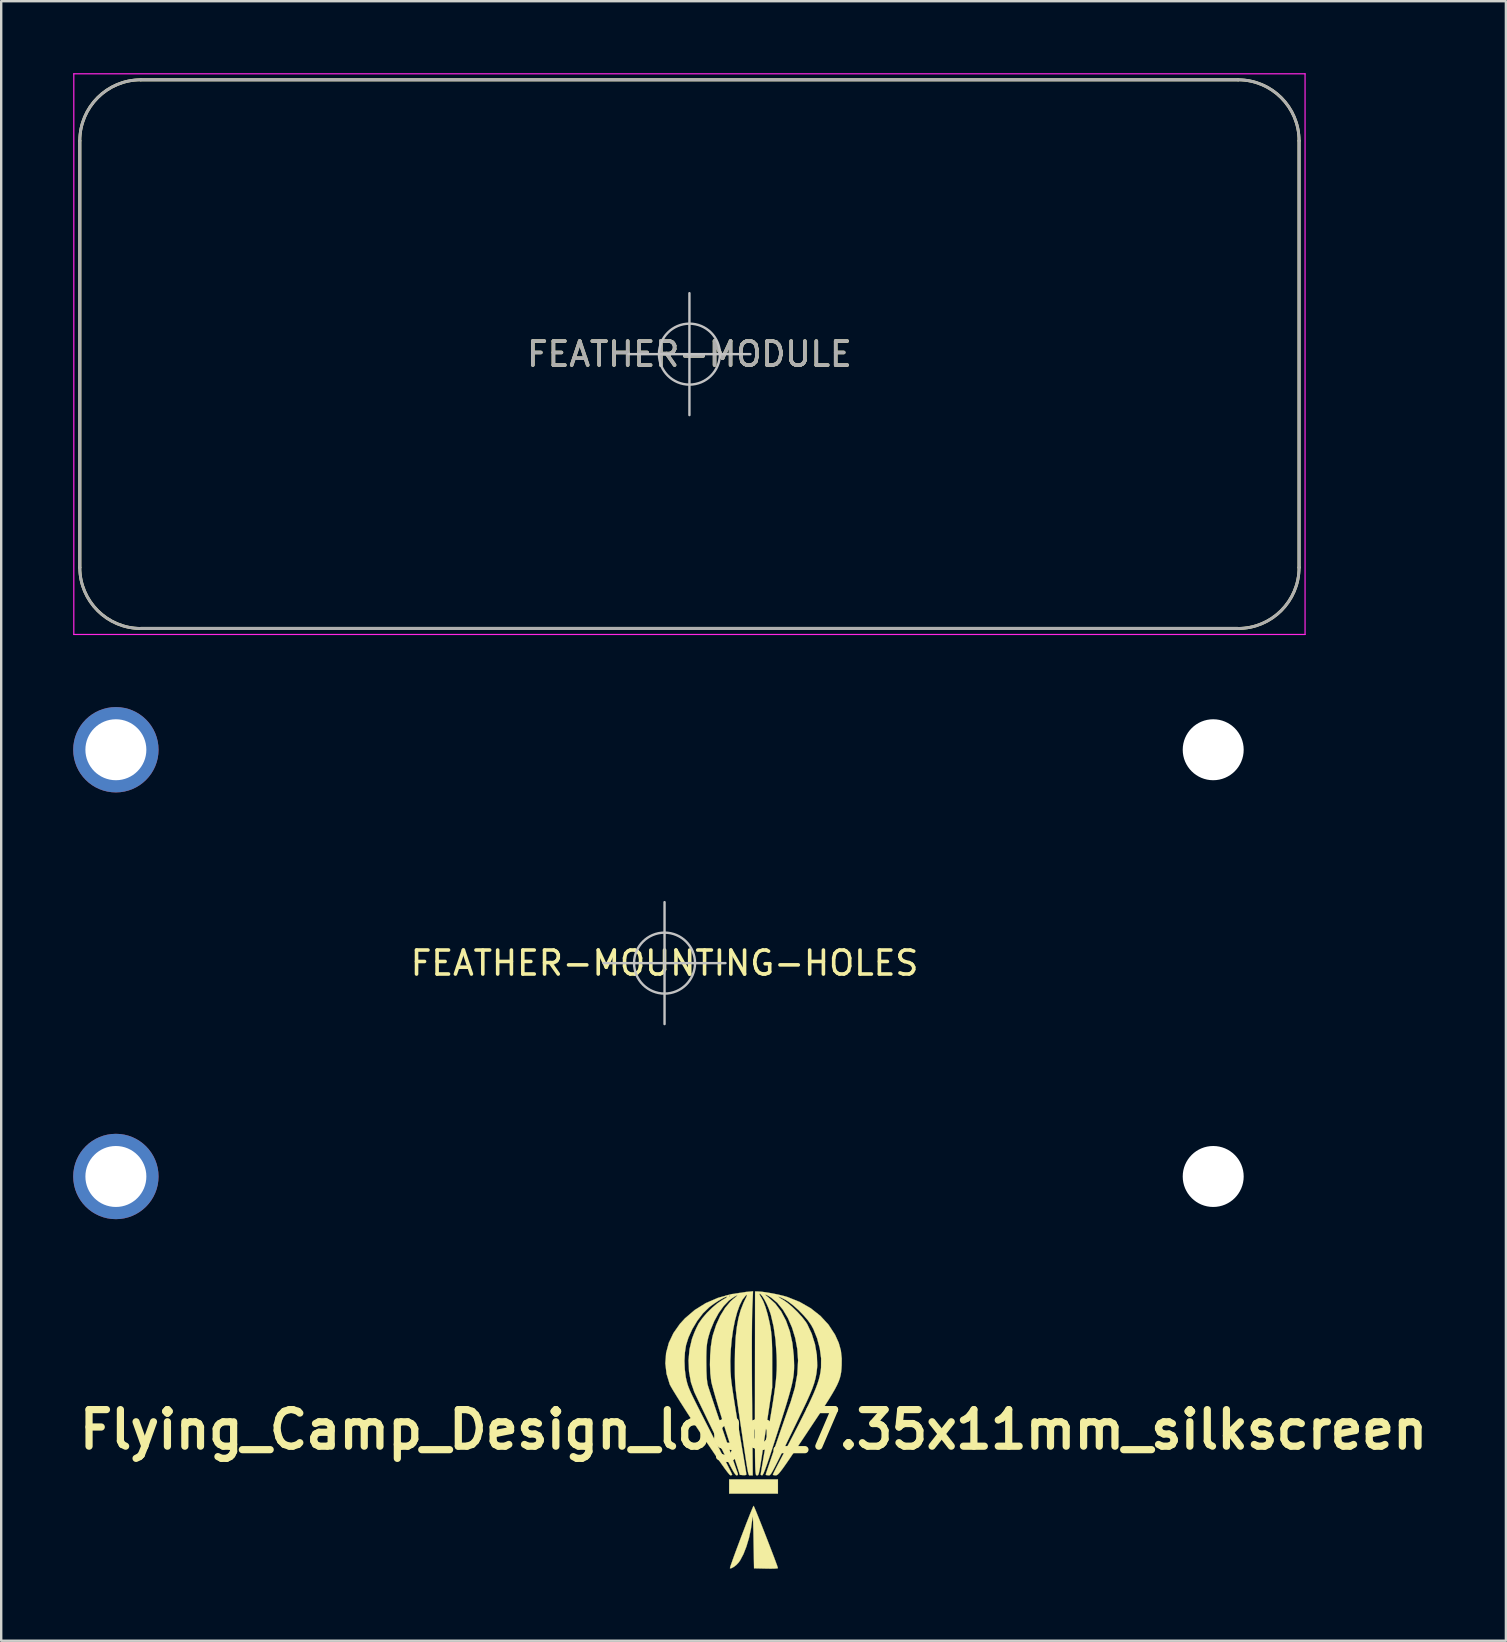
<source format=kicad_pcb>
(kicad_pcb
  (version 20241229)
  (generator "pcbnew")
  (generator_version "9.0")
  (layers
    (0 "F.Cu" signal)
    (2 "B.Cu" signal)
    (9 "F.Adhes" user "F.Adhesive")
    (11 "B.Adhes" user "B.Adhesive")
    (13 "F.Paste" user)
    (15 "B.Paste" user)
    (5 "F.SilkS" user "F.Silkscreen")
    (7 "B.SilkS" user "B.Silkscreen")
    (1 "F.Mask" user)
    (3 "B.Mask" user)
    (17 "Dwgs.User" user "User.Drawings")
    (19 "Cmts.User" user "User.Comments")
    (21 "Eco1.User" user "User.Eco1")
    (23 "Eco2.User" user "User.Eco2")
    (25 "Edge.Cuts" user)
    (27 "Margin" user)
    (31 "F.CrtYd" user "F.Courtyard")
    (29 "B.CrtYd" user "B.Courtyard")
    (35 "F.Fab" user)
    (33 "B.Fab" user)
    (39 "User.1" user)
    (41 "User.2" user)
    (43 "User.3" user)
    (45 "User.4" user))
  (footprint "FEATHER-MOUNTING-HOLES"
    (layer "F.Cu")
    (at 24.638 37.078)
    (property "Reference" "FEATHER-MOUNTING-HOLES" (at 0 0 0) (layer "F.SilkS") (effects (font (size 1 1) (thickness 0.15))))
    (attr exclude_from_pos_files exclude_from_bom)
    (fp_line (start -2.54 0) (end 2.54 0) (stroke (width 0.1) (type solid)) (layer "Dwgs.User"))
    (fp_line (start 0 -2.54) (end 0 2.54) (stroke (width 0.1) (type solid)) (layer "Dwgs.User"))
    (fp_circle (center 0 0) (end 1.27 0) (stroke (width 0.1) (type solid)) (fill no) (layer "Dwgs.User"))
    (pad "" np_thru_hole circle (at 22.86 -8.89) (size 2.54 2.54) (drill 2.54) (layers "*.Cu" "*.Mask"))
    (pad "" np_thru_hole circle (at 22.86 8.89) (size 2.54 2.54) (drill 2.54) (layers "*.Cu" "*.Mask"))
    (pad "MH1" thru_hole circle (at -22.86 8.89) (size 3.556 3.556) (drill 2.54) (layers "*.Cu" "*.Mask"))
    (pad "MH2" thru_hole circle (at -22.86 -8.89) (size 3.556 3.556) (drill 2.54) (layers "*.Cu" "*.Mask")))
  (footprint "FEATHER-MODULE"
    (layer "F.Cu")
    (at 25.675 11.705)
    (property "Reference" "FEATHER-MODULE" (at 0 0 0) (layer "F.SilkS") (effects (font (size 1 1) (thickness 0.15))))
    (attr through_hole)
    (fp_line (start -25.4 8.89) (end -25.4 -8.89) (stroke (width 0.127) (type solid)) (layer "F.SilkS"))
    (fp_line (start -22.86 -11.43) (end 22.86 -11.43) (stroke (width 0.127) (type solid)) (layer "F.SilkS"))
    (fp_line (start 22.86 11.43) (end -22.86 11.43) (stroke (width 0.127) (type solid)) (layer "F.SilkS"))
    (fp_line (start 25.4 -8.89) (end 25.4 8.89) (stroke (width 0.127) (type solid)) (layer "F.SilkS"))
    (fp_arc (start -25.4 -8.89) (mid -24.656051 -10.686051) (end -22.86 -11.43) (stroke (width 0.12) (type solid)) (layer "F.SilkS"))
    (fp_arc (start -22.86 11.43) (mid -24.656051 10.686051) (end -25.4 8.89) (stroke (width 0.12) (type solid)) (layer "F.SilkS"))
    (fp_arc (start 22.86 -11.43) (mid 24.656051 -10.686051) (end 25.4 -8.89) (stroke (width 0.12) (type solid)) (layer "F.SilkS"))
    (fp_arc (start 25.4 8.89) (mid 24.656051 10.686051) (end 22.86 11.43) (stroke (width 0.12) (type solid)) (layer "F.SilkS"))
    (fp_line (start -2.54 0) (end 2.54 0) (stroke (width 0.1) (type solid)) (layer "Dwgs.User"))
    (fp_line (start 0 -2.54) (end 0 2.54) (stroke (width 0.1) (type solid)) (layer "Dwgs.User"))
    (fp_circle (center 0 0) (end 1.27 0) (stroke (width 0.1) (type solid)) (fill no) (layer "Dwgs.User"))
    (fp_line (start -25.65 -11.68) (end 25.65 -11.68) (stroke (width 0.05) (type solid)) (layer "F.CrtYd"))
    (fp_line (start -25.65 11.68) (end -25.65 -11.68) (stroke (width 0.05) (type solid)) (layer "F.CrtYd"))
    (fp_line (start 25.65 -11.68) (end 25.65 11.68) (stroke (width 0.05) (type solid)) (layer "F.CrtYd"))
    (fp_line (start 25.65 11.68) (end -25.65 11.68) (stroke (width 0.05) (type solid)) (layer "F.CrtYd"))
    (fp_line (start -25.4 8.89) (end -25.4 -8.89) (stroke (width 0.127) (type solid)) (layer "F.Fab"))
    (fp_line (start -22.86 -11.43) (end 22.86 -11.43) (stroke (width 0.127) (type solid)) (layer "F.Fab"))
    (fp_line (start 22.86 11.43) (end -22.86 11.43) (stroke (width 0.127) (type solid)) (layer "F.Fab"))
    (fp_line (start 25.4 -8.89) (end 25.4 8.89) (stroke (width 0.127) (type solid)) (layer "F.Fab"))
    (fp_arc (start -25.4 -8.89) (mid -24.656051 -10.686051) (end -22.86 -11.43) (stroke (width 0.12) (type solid)) (layer "F.Fab"))
    (fp_arc (start -22.86 11.43) (mid -24.656051 10.686051) (end -25.4 8.89) (stroke (width 0.12) (type solid)) (layer "F.Fab"))
    (fp_arc (start 22.86 -11.43) (mid 24.656051 -10.686051) (end 25.4 -8.89) (stroke (width 0.12) (type solid)) (layer "F.Fab"))
    (fp_arc (start 25.4 8.89) (mid 24.656051 10.686051) (end 22.86 11.43) (stroke (width 0.12) (type solid)) (layer "F.Fab"))
    (fp_text user "${REFERENCE}" (at 0 0 0) (layer "F.Fab") (effects (font (size 1 1) (thickness 0.15)))))
  (footprint "Flying_Camp_Design_logo_7.35x11mm_silkscreen"
    (layer "F.Cu")
    (at 28.346 56.515)
    (property "Reference" "Flying_Camp_Design_logo_7.35x11mm_silkscreen" (at 0 0 0) (layer "F.SilkS") (effects (font (size 1.524 1.524) (thickness 0.3))))
    (attr exclude_from_pos_files exclude_from_bom)
    (fp_poly (pts (xy 1.016 2.667) (xy -1.016 2.667) (xy -1.016 2.074) (xy 1.016 2.074) (xy 1.016 2.667)) (stroke (width 0.01) (type solid)) (fill yes) (layer "F.SilkS"))
    (fp_poly (pts (xy 0.023 3.213) (xy 0.068 3.318) (xy 0.135 3.48) (xy 0.219 3.688) (xy 0.315 3.929) (xy 0.419 4.193) (xy 0.527 4.469) (xy 0.634 4.745) (xy 0.736 5.01) (xy 0.829 5.252) (xy 0.907 5.461) (xy 0.968 5.625) (xy 1.005 5.732) (xy 1.016 5.771) (xy 0.976 5.782) (xy 0.869 5.79) (xy 0.71 5.793) (xy 0.519 5.79) (xy 0.021 5.779) (xy 0 4.593) (xy -0.006 4.253) (xy -0.013 3.992) (xy -0.018 3.805) (xy -0.025 3.687) (xy -0.032 3.633) (xy -0.039 3.636) (xy -0.049 3.693) (xy -0.057 3.766) (xy -0.11 4.145) (xy -0.192 4.52) (xy -0.298 4.873) (xy -0.42 5.186) (xy -0.555 5.442) (xy -0.618 5.533) (xy -0.706 5.628) (xy -0.809 5.711) (xy -0.906 5.767) (xy -0.973 5.782) (xy -0.983 5.776) (xy -0.974 5.733) (xy -0.938 5.622) (xy -0.88 5.456) (xy -0.804 5.245) (xy -0.714 5.001) (xy -0.614 4.734) (xy -0.51 4.457) (xy -0.404 4.181) (xy -0.303 3.917) (xy -0.208 3.676) (xy -0.127 3.47) (xy -0.061 3.311) (xy -0.016 3.208) (xy 0.003 3.175) (xy 0.023 3.213)) (stroke (width 0.01) (type solid)) (fill yes) (layer "F.SilkS"))
    (fp_poly (pts (xy -0.054 -4.988) (xy -0.059 -4.814) (xy -0.063 -4.564) (xy -0.066 -4.248) (xy -0.069 -3.874) (xy -0.07 -3.453) (xy -0.069 -2.992) (xy -0.068 -2.501) (xy -0.066 -1.99) (xy -0.063 -1.466) (xy -0.06 -1.154) (xy -0.033 1.905) (xy -0.122 1.905) (xy -0.145 1.907) (xy -0.164 1.908) (xy -0.181 1.902) (xy -0.197 1.88) (xy -0.213 1.838) (xy -0.231 1.766) (xy -0.252 1.659) (xy -0.278 1.509) (xy -0.31 1.309) (xy -0.349 1.053) (xy -0.397 0.734) (xy -0.455 0.343) (xy -0.515 -0.064) (xy -0.58 -0.496) (xy -0.633 -0.857) (xy -0.675 -1.156) (xy -0.709 -1.406) (xy -0.735 -1.618) (xy -0.753 -1.803) (xy -0.766 -1.973) (xy -0.774 -2.139) (xy -0.778 -2.313) (xy -0.78 -2.505) (xy -0.78 -2.728) (xy -0.78 -2.794) (xy -0.771 -3.356) (xy -0.744 -3.845) (xy -0.697 -4.271) (xy -0.628 -4.645) (xy -0.537 -4.977) (xy -0.42 -5.277) (xy -0.381 -5.361) (xy -0.309 -5.51) (xy -0.274 -5.593) (xy -0.272 -5.621) (xy -0.302 -5.603) (xy -0.333 -5.576) (xy -0.461 -5.415) (xy -0.579 -5.18) (xy -0.685 -4.884) (xy -0.777 -4.537) (xy -0.853 -4.151) (xy -0.911 -3.736) (xy -0.95 -3.305) (xy -0.967 -2.869) (xy -0.96 -2.437) (xy -0.937 -2.112) (xy -0.919 -1.96) (xy -0.888 -1.737) (xy -0.846 -1.456) (xy -0.795 -1.128) (xy -0.737 -0.765) (xy -0.674 -0.381) (xy -0.608 0.013) (xy -0.592 0.104) (xy -0.529 0.476) (xy -0.47 0.823) (xy -0.417 1.135) (xy -0.372 1.403) (xy -0.336 1.619) (xy -0.311 1.773) (xy -0.298 1.857) (xy -0.296 1.87) (xy -0.333 1.894) (xy -0.422 1.898) (xy -0.432 1.897) (xy -0.569 1.884) (xy -1.132 0.127) (xy -1.254 -0.258) (xy -1.37 -0.632) (xy -1.477 -0.984) (xy -1.572 -1.303) (xy -1.651 -1.58) (xy -1.712 -1.802) (xy -1.752 -1.96) (xy -1.762 -2.011) (xy -1.801 -2.334) (xy -1.816 -2.704) (xy -1.808 -3.091) (xy -1.778 -3.466) (xy -1.727 -3.801) (xy -1.696 -3.937) (xy -1.56 -4.357) (xy -1.387 -4.741) (xy -1.183 -5.074) (xy -0.957 -5.344) (xy -0.85 -5.44) (xy -0.731 -5.538) (xy -0.677 -5.588) (xy -0.684 -5.595) (xy -0.751 -5.563) (xy -0.799 -5.538) (xy -1.026 -5.378) (xy -1.247 -5.146) (xy -1.454 -4.856) (xy -1.638 -4.521) (xy -1.791 -4.153) (xy -1.871 -3.895) (xy -1.909 -3.744) (xy -1.935 -3.603) (xy -1.953 -3.45) (xy -1.963 -3.267) (xy -1.968 -3.034) (xy -1.968 -2.815) (xy -1.963 -2.44) (xy -1.949 -2.145) (xy -1.924 -1.932) (xy -1.909 -1.863) (xy -1.887 -1.788) (xy -1.84 -1.644) (xy -1.773 -1.44) (xy -1.689 -1.188) (xy -1.592 -0.897) (xy -1.484 -0.579) (xy -1.371 -0.243) (xy -1.254 0.101) (xy -1.138 0.441) (xy -1.026 0.768) (xy -0.922 1.07) (xy -0.829 1.338) (xy -0.751 1.562) (xy -0.692 1.73) (xy -0.655 1.831) (xy -0.652 1.89) (xy -0.708 1.905) (xy -0.735 1.892) (xy -0.773 1.847) (xy -0.827 1.766) (xy -0.897 1.643) (xy -0.989 1.471) (xy -1.105 1.245) (xy -1.248 0.958) (xy -1.422 0.605) (xy -1.578 0.284) (xy -1.75 -0.069) (xy -1.914 -0.407) (xy -2.065 -0.721) (xy -2.2 -0.999) (xy -2.312 -1.234) (xy -2.399 -1.417) (xy -2.455 -1.536) (xy -2.47 -1.568) (xy -2.609 -1.975) (xy -2.689 -2.422) (xy -2.709 -2.886) (xy -2.668 -3.345) (xy -2.566 -3.776) (xy -2.551 -3.821) (xy -2.474 -4.023) (xy -2.385 -4.229) (xy -2.299 -4.401) (xy -2.28 -4.434) (xy -2.135 -4.641) (xy -1.943 -4.864) (xy -1.724 -5.079) (xy -1.503 -5.265) (xy -1.3 -5.401) (xy -1.29 -5.407) (xy -1.174 -5.474) (xy -1.107 -5.523) (xy -1.1 -5.544) (xy -1.103 -5.545) (xy -1.18 -5.522) (xy -1.305 -5.459) (xy -1.46 -5.369) (xy -1.626 -5.261) (xy -1.783 -5.149) (xy -1.855 -5.092) (xy -2.106 -4.846) (xy -2.342 -4.538) (xy -2.55 -4.192) (xy -2.714 -3.831) (xy -2.813 -3.514) (xy -2.86 -3.211) (xy -2.878 -2.865) (xy -2.864 -2.509) (xy -2.822 -2.179) (xy -2.793 -2.051) (xy -2.773 -1.971) (xy -2.753 -1.898) (xy -2.729 -1.825) (xy -2.7 -1.746) (xy -2.661 -1.652) (xy -2.61 -1.537) (xy -2.543 -1.395) (xy -2.456 -1.219) (xy -2.347 -1.001) (xy -2.212 -0.735) (xy -2.048 -0.413) (xy -1.852 -0.029) (xy -1.639 0.386) (xy -1.473 0.711) (xy -1.32 1.012) (xy -1.183 1.282) (xy -1.068 1.511) (xy -0.978 1.692) (xy -0.917 1.815) (xy -0.89 1.874) (xy -0.889 1.878) (xy -0.924 1.9) (xy -0.963 1.904) (xy -1.004 1.87) (xy -1.087 1.77) (xy -1.212 1.603) (xy -1.379 1.367) (xy -1.589 1.062) (xy -1.843 0.687) (xy -2.142 0.242) (xy -2.214 0.133) (xy -2.449 -0.223) (xy -2.673 -0.564) (xy -2.879 -0.884) (xy -3.065 -1.175) (xy -3.223 -1.428) (xy -3.35 -1.635) (xy -3.44 -1.789) (xy -3.489 -1.881) (xy -3.492 -1.888) (xy -3.625 -2.325) (xy -3.675 -2.762) (xy -3.643 -3.194) (xy -3.53 -3.616) (xy -3.338 -4.022) (xy -3.066 -4.408) (xy -2.858 -4.636) (xy -2.448 -4.987) (xy -1.989 -5.272) (xy -1.48 -5.491) (xy -1.206 -5.567) (xy -1.016 -5.567) (xy -0.995 -5.546) (xy -0.974 -5.567) (xy -0.995 -5.588) (xy -1.016 -5.567) (xy -1.206 -5.567) (xy -0.918 -5.646) (xy -0.318 -5.736) (xy -0.021 -5.764) (xy -0.054 -4.988)) (stroke (width 0.01) (type solid)) (fill yes) (layer "F.SilkS"))
    (fp_poly (pts (xy 0.169 -5.757) (xy 0.329 -5.746) (xy 0.545 -5.717) (xy 0.79 -5.675) (xy 1.038 -5.624) (xy 1.264 -5.569) (xy 1.409 -5.527) (xy 1.924 -5.32) (xy 2.385 -5.056) (xy 2.786 -4.739) (xy 3.123 -4.374) (xy 3.391 -3.963) (xy 3.404 -3.938) (xy 3.55 -3.614) (xy 3.638 -3.301) (xy 3.675 -2.966) (xy 3.672 -2.688) (xy 3.664 -2.54) (xy 3.651 -2.406) (xy 3.63 -2.279) (xy 3.597 -2.151) (xy 3.55 -2.015) (xy 3.483 -1.864) (xy 3.394 -1.692) (xy 3.278 -1.491) (xy 3.133 -1.253) (xy 2.954 -0.973) (xy 2.739 -0.642) (xy 2.482 -0.255) (xy 2.236 0.116) (xy 1.967 0.519) (xy 1.742 0.856) (xy 1.554 1.134) (xy 1.401 1.359) (xy 1.278 1.535) (xy 1.181 1.669) (xy 1.105 1.767) (xy 1.047 1.834) (xy 1.002 1.875) (xy 0.966 1.897) (xy 0.936 1.904) (xy 0.925 1.905) (xy 0.838 1.897) (xy 0.804 1.879) (xy 0.823 1.833) (xy 0.874 1.728) (xy 0.951 1.576) (xy 1.045 1.394) (xy 1.074 1.339) (xy 1.377 0.759) (xy 1.643 0.248) (xy 1.873 -0.2) (xy 2.071 -0.591) (xy 2.239 -0.932) (xy 2.379 -1.227) (xy 2.494 -1.482) (xy 2.587 -1.705) (xy 2.66 -1.899) (xy 2.716 -2.072) (xy 2.757 -2.229) (xy 2.786 -2.375) (xy 2.806 -2.518) (xy 2.813 -2.582) (xy 2.816 -2.972) (xy 2.759 -3.388) (xy 2.649 -3.803) (xy 2.493 -4.19) (xy 2.405 -4.353) (xy 2.271 -4.547) (xy 2.088 -4.761) (xy 1.878 -4.977) (xy 1.659 -5.173) (xy 1.452 -5.332) (xy 1.328 -5.408) (xy 1.171 -5.488) (xy 1.072 -5.531) (xy 1.034 -5.54) (xy 1.063 -5.512) (xy 1.162 -5.448) (xy 1.228 -5.41) (xy 1.413 -5.282) (xy 1.621 -5.105) (xy 1.833 -4.899) (xy 2.026 -4.685) (xy 2.181 -4.485) (xy 2.238 -4.395) (xy 2.424 -3.996) (xy 2.56 -3.559) (xy 2.638 -3.111) (xy 2.654 -2.677) (xy 2.647 -2.571) (xy 2.623 -2.354) (xy 2.584 -2.148) (xy 2.527 -1.937) (xy 2.447 -1.706) (xy 2.338 -1.442) (xy 2.197 -1.13) (xy 2.06 -0.844) (xy 1.807 -0.321) (xy 1.587 0.132) (xy 1.399 0.519) (xy 1.24 0.845) (xy 1.107 1.116) (xy 0.998 1.336) (xy 0.909 1.512) (xy 0.839 1.647) (xy 0.784 1.747) (xy 0.742 1.818) (xy 0.709 1.864) (xy 0.684 1.89) (xy 0.663 1.903) (xy 0.645 1.906) (xy 0.625 1.905) (xy 0.616 1.905) (xy 0.535 1.894) (xy 0.508 1.873) (xy 0.521 1.828) (xy 0.559 1.713) (xy 0.617 1.54) (xy 0.692 1.318) (xy 0.78 1.059) (xy 0.878 0.772) (xy 0.982 0.469) (xy 1.088 0.159) (xy 1.194 -0.146) (xy 1.294 -0.436) (xy 1.386 -0.7) (xy 1.466 -0.928) (xy 1.531 -1.11) (xy 1.55 -1.164) (xy 1.722 -1.74) (xy 1.825 -2.317) (xy 1.856 -2.882) (xy 1.823 -3.362) (xy 1.736 -3.821) (xy 1.603 -4.254) (xy 1.431 -4.649) (xy 1.225 -4.996) (xy 0.991 -5.283) (xy 0.735 -5.499) (xy 0.735 -5.499) (xy 0.606 -5.578) (xy 0.523 -5.62) (xy 0.491 -5.624) (xy 0.519 -5.589) (xy 0.614 -5.514) (xy 0.619 -5.51) (xy 0.904 -5.253) (xy 1.15 -4.927) (xy 1.353 -4.539) (xy 1.511 -4.096) (xy 1.619 -3.606) (xy 1.676 -3.076) (xy 1.68 -3.006) (xy 1.686 -2.832) (xy 1.69 -2.674) (xy 1.688 -2.525) (xy 1.679 -2.378) (xy 1.662 -2.225) (xy 1.634 -2.059) (xy 1.595 -1.872) (xy 1.542 -1.659) (xy 1.473 -1.41) (xy 1.388 -1.12) (xy 1.283 -0.781) (xy 1.158 -0.385) (xy 1.011 0.075) (xy 0.84 0.605) (xy 0.779 0.794) (xy 0.658 1.161) (xy 0.559 1.451) (xy 0.48 1.666) (xy 0.421 1.811) (xy 0.378 1.889) (xy 0.358 1.905) (xy 0.303 1.887) (xy 0.297 1.873) (xy 0.304 1.826) (xy 0.324 1.704) (xy 0.355 1.517) (xy 0.397 1.273) (xy 0.446 0.982) (xy 0.503 0.653) (xy 0.565 0.293) (xy 0.59 0.148) (xy 0.68 -0.373) (xy 0.755 -0.819) (xy 0.817 -1.202) (xy 0.866 -1.529) (xy 0.905 -1.811) (xy 0.933 -2.057) (xy 0.952 -2.276) (xy 0.964 -2.478) (xy 0.968 -2.672) (xy 0.967 -2.868) (xy 0.961 -3.075) (xy 0.96 -3.111) (xy 0.916 -3.733) (xy 0.838 -4.284) (xy 0.725 -4.771) (xy 0.695 -4.868) (xy 0.625 -5.061) (xy 0.54 -5.253) (xy 0.448 -5.427) (xy 0.36 -5.565) (xy 0.286 -5.649) (xy 0.26 -5.664) (xy 0.245 -5.646) (xy 0.278 -5.575) (xy 0.314 -5.519) (xy 0.406 -5.347) (xy 0.498 -5.106) (xy 0.585 -4.811) (xy 0.664 -4.477) (xy 0.706 -4.255) (xy 0.732 -4.08) (xy 0.751 -3.89) (xy 0.765 -3.669) (xy 0.773 -3.403) (xy 0.777 -3.077) (xy 0.778 -2.794) (xy 0.776 -1.757) (xy 0.515 -0.021) (xy 0.447 0.431) (xy 0.39 0.806) (xy 0.344 1.112) (xy 0.306 1.355) (xy 0.275 1.543) (xy 0.25 1.683) (xy 0.229 1.782) (xy 0.212 1.846) (xy 0.196 1.884) (xy 0.18 1.901) (xy 0.163 1.906) (xy 0.143 1.905) (xy 0.133 1.905) (xy 0.119 1.902) (xy 0.108 1.891) (xy 0.097 1.866) (xy 0.089 1.823) (xy 0.081 1.755) (xy 0.075 1.659) (xy 0.07 1.528) (xy 0.066 1.358) (xy 0.063 1.143) (xy 0.061 0.879) (xy 0.059 0.56) (xy 0.058 0.181) (xy 0.058 -0.263) (xy 0.058 -0.776) (xy 0.059 -1.365) (xy 0.059 -1.926) (xy 0.064 -5.757) (xy 0.169 -5.757)) (stroke (width 0.01) (type solid)) (fill yes) (layer "F.SilkS")))
  (gr_rect
    (start -3 -3)
    (end 59.693 65.312)
    (stroke (width 0.1) (type default))
    (fill no)
    (layer "Edge.Cuts")))
</source>
